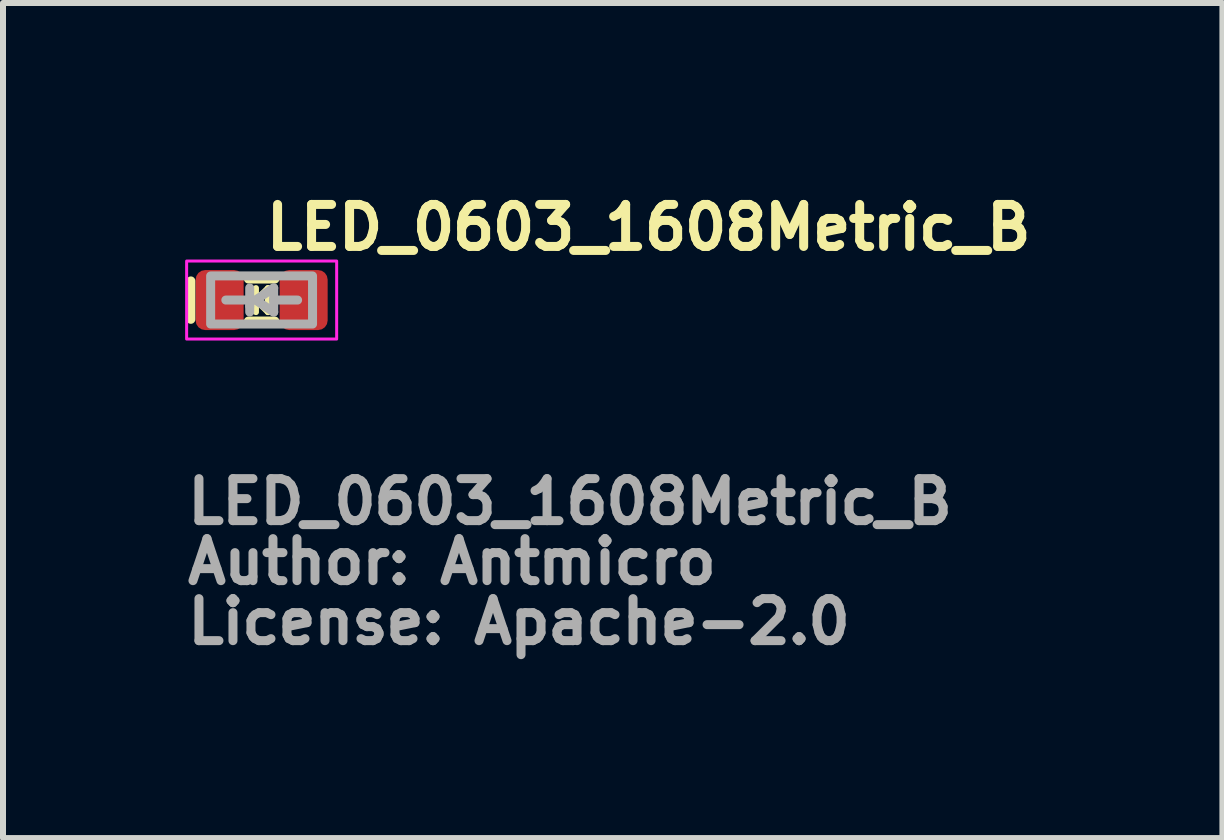
<source format=kicad_pcb>
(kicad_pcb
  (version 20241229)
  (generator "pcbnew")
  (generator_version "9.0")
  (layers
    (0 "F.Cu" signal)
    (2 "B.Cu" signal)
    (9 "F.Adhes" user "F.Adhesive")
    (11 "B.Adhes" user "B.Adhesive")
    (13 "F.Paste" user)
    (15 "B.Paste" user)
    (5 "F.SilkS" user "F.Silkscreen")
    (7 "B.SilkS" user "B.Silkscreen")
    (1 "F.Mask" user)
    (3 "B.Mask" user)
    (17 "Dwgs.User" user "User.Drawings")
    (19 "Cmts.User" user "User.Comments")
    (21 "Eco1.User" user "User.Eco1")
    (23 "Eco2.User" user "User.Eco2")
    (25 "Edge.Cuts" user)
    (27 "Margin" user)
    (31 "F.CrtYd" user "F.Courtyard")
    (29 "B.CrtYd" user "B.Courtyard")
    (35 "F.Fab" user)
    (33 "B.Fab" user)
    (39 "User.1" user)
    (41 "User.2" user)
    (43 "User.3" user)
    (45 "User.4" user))
  (footprint "LED_0603_1608Metric_B"
    (layer "F.Cu")
    (at 1.31 1.95)
    (property "Reference" "LED_0603_1608Metric_B" (at 0 -0.8 0) (layer "F.SilkS") (effects (font (size 0.7 0.7) (thickness 0.15)) (justify left bottom)))
    (attr smd)
    (fp_line (start -1.18 -0.319) (end -1.18 0.321) (stroke (width 0.15) (type solid)) (layer "F.SilkS"))
    (fp_line (start -0.095 0.001) (end -0.24 0.001) (stroke (width 0.1) (type solid)) (layer "F.SilkS"))
    (fp_line (start -0.095 0.001) (end 0.105 -0.199) (stroke (width 0.1) (type solid)) (layer "F.SilkS"))
    (fp_line (start -0.095 0.201) (end -0.095 -0.199) (stroke (width 0.1) (type solid)) (layer "F.SilkS"))
    (fp_line (start 0.105 0.001) (end 0.24 0.001) (stroke (width 0.1) (type solid)) (layer "F.SilkS"))
    (fp_line (start 0.105 0.201) (end -0.095 0.001) (stroke (width 0.1) (type solid)) (layer "F.SilkS"))
    (fp_line (start 0.105 0.201) (end 0.105 -0.199) (stroke (width 0.1) (type solid)) (layer "F.SilkS"))
    (fp_line (start 0.22 -0.35) (end -0.22 -0.35) (stroke (width 0.15) (type solid)) (layer "F.SilkS"))
    (fp_line (start 0.22 0.35) (end -0.22 0.35) (stroke (width 0.15) (type solid)) (layer "F.SilkS"))
    (fp_rect (start 1.25 0.65) (end -1.25 -0.65) (stroke (width 0.05) (type solid)) (fill no) (layer "F.CrtYd"))
    (fp_line (start -0.199 -0.202) (end -0.199 0.1) (stroke (width 0.15) (type solid)) (layer "F.Fab"))
    (fp_line (start -0.199 0) (end -0.597 0) (stroke (width 0.15) (type solid)) (layer "F.Fab"))
    (fp_line (start -0.199 0.2) (end -0.199 0.1) (stroke (width 0.15) (type solid)) (layer "F.Fab"))
    (fp_line (start -0.101 0) (end 0.201 0.2) (stroke (width 0.15) (type solid)) (layer "F.Fab"))
    (fp_line (start 0.201 -0.202) (end -0.101 0) (stroke (width 0.15) (type solid)) (layer "F.Fab"))
    (fp_line (start 0.201 0) (end 0.201 -0.202) (stroke (width 0.15) (type solid)) (layer "F.Fab"))
    (fp_line (start 0.201 0.2) (end 0.201 0) (stroke (width 0.15) (type solid)) (layer "F.Fab"))
    (fp_line (start 0.599 0) (end 0.201 0) (stroke (width 0.15) (type solid)) (layer "F.Fab"))
    (fp_rect (start 0.848 0.4) (end -0.85 -0.402) (stroke (width 0.15) (type solid)) (fill no) (layer "F.Fab"))
    (fp_rect (start -0.81 -0.4) (end 0.81 0.4) (stroke (width 0.1) (type solid)) (fill no) (layer "User.5"))
    (fp_line (start -0.812 -0.342) (end -0.812 -0.15) (stroke (width 0.02) (type solid)) (layer "User.9"))
    (fp_line (start -0.812 -0.15) (end -0.801 -0.151) (stroke (width 0.02) (type solid)) (layer "User.9"))
    (fp_line (start -0.812 0.148) (end -0.812 0.34) (stroke (width 0.02) (type solid)) (layer "User.9"))
    (fp_line (start -0.812 0.34) (end -0.58 0.34) (stroke (width 0.02) (type solid)) (layer "User.9"))
    (fp_line (start -0.806 0.148) (end -0.812 0.148) (stroke (width 0.02) (type solid)) (layer "User.9"))
    (fp_line (start -0.802 -0.402) (end -0.802 -0.342) (stroke (width 0.02) (type solid)) (layer "User.9"))
    (fp_line (start -0.802 0.34) (end -0.802 0.4) (stroke (width 0.02) (type solid)) (layer "User.9"))
    (fp_line (start -0.802 0.4) (end 0.8 0.4) (stroke (width 0.02) (type solid)) (layer "User.9"))
    (fp_line (start -0.801 -0.151) (end -0.791 -0.15) (stroke (width 0.02) (type solid)) (layer "User.9"))
    (fp_line (start -0.801 0.149) (end -0.806 0.148) (stroke (width 0.02) (type solid)) (layer "User.9"))
    (fp_line (start -0.796 0.148) (end -0.801 0.149) (stroke (width 0.02) (type solid)) (layer "User.9"))
    (fp_line (start -0.791 -0.15) (end -0.78 -0.149) (stroke (width 0.02) (type solid)) (layer "User.9"))
    (fp_line (start -0.791 0.148) (end -0.796 0.148) (stroke (width 0.02) (type solid)) (layer "User.9"))
    (fp_line (start -0.786 0.148) (end -0.791 0.148) (stroke (width 0.02) (type solid)) (layer "User.9"))
    (fp_line (start -0.782 -0.392) (end -0.782 -0.342) (stroke (width 0.02) (type solid)) (layer "User.9"))
    (fp_line (start -0.782 0.34) (end -0.782 0.39) (stroke (width 0.02) (type solid)) (layer "User.9"))
    (fp_line (start -0.782 0.39) (end -0.5 0.39) (stroke (width 0.02) (type solid)) (layer "User.9"))
    (fp_line (start -0.78 -0.149) (end -0.77 -0.147) (stroke (width 0.02) (type solid)) (layer "User.9"))
    (fp_line (start -0.78 0.147) (end -0.786 0.148) (stroke (width 0.02) (type solid)) (layer "User.9"))
    (fp_line (start -0.775 0.146) (end -0.78 0.147) (stroke (width 0.02) (type solid)) (layer "User.9"))
    (fp_line (start -0.77 -0.147) (end -0.76 -0.145) (stroke (width 0.02) (type solid)) (layer "User.9"))
    (fp_line (start -0.77 0.145) (end -0.775 0.146) (stroke (width 0.02) (type solid)) (layer "User.9"))
    (fp_line (start -0.764 0.144) (end -0.77 0.145) (stroke (width 0.02) (type solid)) (layer "User.9"))
    (fp_line (start -0.76 -0.145) (end -0.75 -0.143) (stroke (width 0.02) (type solid)) (layer "User.9"))
    (fp_line (start -0.76 0.144) (end -0.764 0.144) (stroke (width 0.02) (type solid)) (layer "User.9"))
    (fp_line (start -0.755 0.142) (end -0.76 0.144) (stroke (width 0.02) (type solid)) (layer "User.9"))
    (fp_line (start -0.75 -0.143) (end -0.74 -0.139) (stroke (width 0.02) (type solid)) (layer "User.9"))
    (fp_line (start -0.75 0.141) (end -0.755 0.142) (stroke (width 0.02) (type solid)) (layer "User.9"))
    (fp_line (start -0.745 0.139) (end -0.75 0.141) (stroke (width 0.02) (type solid)) (layer "User.9"))
    (fp_line (start -0.74 -0.139) (end -0.731 -0.135) (stroke (width 0.02) (type solid)) (layer "User.9"))
    (fp_line (start -0.74 0.137) (end -0.745 0.139) (stroke (width 0.02) (type solid)) (layer "User.9"))
    (fp_line (start -0.736 0.135) (end -0.74 0.137) (stroke (width 0.02) (type solid)) (layer "User.9"))
    (fp_line (start -0.731 -0.135) (end -0.723 -0.13) (stroke (width 0.02) (type solid)) (layer "User.9"))
    (fp_line (start -0.731 0.133) (end -0.736 0.135) (stroke (width 0.02) (type solid)) (layer "User.9"))
    (fp_line (start -0.727 0.13) (end -0.731 0.133) (stroke (width 0.02) (type solid)) (layer "User.9"))
    (fp_line (start -0.723 -0.13) (end -0.714 -0.123) (stroke (width 0.02) (type solid)) (layer "User.9"))
    (fp_line (start -0.723 0.128) (end -0.727 0.13) (stroke (width 0.02) (type solid)) (layer "User.9"))
    (fp_line (start -0.718 0.124) (end -0.723 0.128) (stroke (width 0.02) (type solid)) (layer "User.9"))
    (fp_line (start -0.714 -0.123) (end -0.706 -0.118) (stroke (width 0.02) (type solid)) (layer "User.9"))
    (fp_line (start -0.714 0.121) (end -0.718 0.124) (stroke (width 0.02) (type solid)) (layer "User.9"))
    (fp_line (start -0.71 0.119) (end -0.714 0.121) (stroke (width 0.02) (type solid)) (layer "User.9"))
    (fp_line (start -0.706 -0.118) (end -0.699 -0.11) (stroke (width 0.02) (type solid)) (layer "User.9"))
    (fp_line (start -0.706 0.116) (end -0.71 0.119) (stroke (width 0.02) (type solid)) (layer "User.9"))
    (fp_line (start -0.703 0.113) (end -0.706 0.116) (stroke (width 0.02) (type solid)) (layer "User.9"))
    (fp_line (start -0.699 -0.11) (end -0.692 -0.104) (stroke (width 0.02) (type solid)) (layer "User.9"))
    (fp_line (start -0.699 0.108) (end -0.703 0.113) (stroke (width 0.02) (type solid)) (layer "User.9"))
    (fp_line (start -0.696 0.105) (end -0.699 0.108) (stroke (width 0.02) (type solid)) (layer "User.9"))
    (fp_line (start -0.692 -0.104) (end -0.685 -0.095) (stroke (width 0.02) (type solid)) (layer "User.9"))
    (fp_line (start -0.692 0.102) (end -0.696 0.105) (stroke (width 0.02) (type solid)) (layer "User.9"))
    (fp_line (start -0.689 0.098) (end -0.692 0.102) (stroke (width 0.02) (type solid)) (layer "User.9"))
    (fp_line (start -0.685 -0.095) (end -0.679 -0.088) (stroke (width 0.02) (type solid)) (layer "User.9"))
    (fp_line (start -0.685 0.093) (end -0.689 0.098) (stroke (width 0.02) (type solid)) (layer "User.9"))
    (fp_line (start -0.682 0.089) (end -0.685 0.093) (stroke (width 0.02) (type solid)) (layer "User.9"))
    (fp_line (start -0.679 -0.088) (end -0.673 -0.078) (stroke (width 0.02) (type solid)) (layer "User.9"))
    (fp_line (start -0.679 0.086) (end -0.682 0.089) (stroke (width 0.02) (type solid)) (layer "User.9"))
    (fp_line (start -0.676 0.082) (end -0.679 0.086) (stroke (width 0.02) (type solid)) (layer "User.9"))
    (fp_line (start -0.673 -0.078) (end -0.673 -0.078) (stroke (width 0.02) (type solid)) (layer "User.9"))
    (fp_line (start -0.673 -0.078) (end -0.668 -0.07) (stroke (width 0.02) (type solid)) (layer "User.9"))
    (fp_line (start -0.673 0.076) (end -0.676 0.082) (stroke (width 0.02) (type solid)) (layer "User.9"))
    (fp_line (start -0.673 0.076) (end -0.673 0.076) (stroke (width 0.02) (type solid)) (layer "User.9"))
    (fp_line (start -0.668 -0.07) (end -0.664 -0.06) (stroke (width 0.02) (type solid)) (layer "User.9"))
    (fp_line (start -0.668 0.068) (end -0.673 0.076) (stroke (width 0.02) (type solid)) (layer "User.9"))
    (fp_line (start -0.664 -0.06) (end -0.66 -0.051) (stroke (width 0.02) (type solid)) (layer "User.9"))
    (fp_line (start -0.664 0.059) (end -0.668 0.068) (stroke (width 0.02) (type solid)) (layer "User.9"))
    (fp_line (start -0.66 -0.051) (end -0.657 -0.042) (stroke (width 0.02) (type solid)) (layer "User.9"))
    (fp_line (start -0.66 0.049) (end -0.664 0.059) (stroke (width 0.02) (type solid)) (layer "User.9"))
    (fp_line (start -0.657 -0.042) (end -0.655 -0.031) (stroke (width 0.02) (type solid)) (layer "User.9"))
    (fp_line (start -0.657 0.04) (end -0.66 0.049) (stroke (width 0.02) (type solid)) (layer "User.9"))
    (fp_line (start -0.655 -0.031) (end -0.653 -0.022) (stroke (width 0.02) (type solid)) (layer "User.9"))
    (fp_line (start -0.655 0.029) (end -0.657 0.04) (stroke (width 0.02) (type solid)) (layer "User.9"))
    (fp_line (start -0.653 -0.022) (end -0.652 -0.011) (stroke (width 0.02) (type solid)) (layer "User.9"))
    (fp_line (start -0.653 0.02) (end -0.655 0.029) (stroke (width 0.02) (type solid)) (layer "User.9"))
    (fp_line (start -0.652 -0.011) (end -0.651 0) (stroke (width 0.02) (type solid)) (layer "User.9"))
    (fp_line (start -0.652 0.01) (end -0.653 0.02) (stroke (width 0.02) (type solid)) (layer "User.9"))
    (fp_line (start -0.651 0) (end -0.652 0.01) (stroke (width 0.02) (type solid)) (layer "User.9"))
    (fp_line (start -0.6 -0.308) (end -0.599 -0.311) (stroke (width 0.02) (type solid)) (layer "User.9"))
    (fp_line (start -0.6 -0.306) (end -0.6 -0.308) (stroke (width 0.02) (type solid)) (layer "User.9"))
    (fp_line (start -0.6 -0.303) (end -0.6 -0.306) (stroke (width 0.02) (type solid)) (layer "User.9"))
    (fp_line (start -0.6 -0.3) (end -0.6 -0.303) (stroke (width 0.02) (type solid)) (layer "User.9"))
    (fp_line (start -0.6 -0.3) (end -0.6 0.298) (stroke (width 0.02) (type solid)) (layer "User.9"))
    (fp_line (start -0.6 0.301) (end -0.6 0.298) (stroke (width 0.02) (type solid)) (layer "User.9"))
    (fp_line (start -0.6 0.304) (end -0.6 0.301) (stroke (width 0.02) (type solid)) (layer "User.9"))
    (fp_line (start -0.6 0.306) (end -0.6 0.304) (stroke (width 0.02) (type solid)) (layer "User.9"))
    (fp_line (start -0.599 -0.313) (end -0.598 -0.315) (stroke (width 0.02) (type solid)) (layer "User.9"))
    (fp_line (start -0.599 -0.311) (end -0.599 -0.313) (stroke (width 0.02) (type solid)) (layer "User.9"))
    (fp_line (start -0.599 0.309) (end -0.6 0.306) (stroke (width 0.02) (type solid)) (layer "User.9"))
    (fp_line (start -0.599 0.311) (end -0.599 0.309) (stroke (width 0.02) (type solid)) (layer "User.9"))
    (fp_line (start -0.598 -0.315) (end -0.597 -0.318) (stroke (width 0.02) (type solid)) (layer "User.9"))
    (fp_line (start -0.598 0.313) (end -0.599 0.311) (stroke (width 0.02) (type solid)) (layer "User.9"))
    (fp_line (start -0.597 -0.32) (end -0.596 -0.323) (stroke (width 0.02) (type solid)) (layer "User.9"))
    (fp_line (start -0.597 -0.318) (end -0.597 -0.32) (stroke (width 0.02) (type solid)) (layer "User.9"))
    (fp_line (start -0.597 0.316) (end -0.598 0.313) (stroke (width 0.02) (type solid)) (layer "User.9"))
    (fp_line (start -0.597 0.318) (end -0.597 0.316) (stroke (width 0.02) (type solid)) (layer "User.9"))
    (fp_line (start -0.596 -0.323) (end -0.594 -0.325) (stroke (width 0.02) (type solid)) (layer "User.9"))
    (fp_line (start -0.596 0.321) (end -0.597 0.318) (stroke (width 0.02) (type solid)) (layer "User.9"))
    (fp_line (start -0.594 -0.325) (end -0.593 -0.327) (stroke (width 0.02) (type solid)) (layer "User.9"))
    (fp_line (start -0.594 0.323) (end -0.596 0.321) (stroke (width 0.02) (type solid)) (layer "User.9"))
    (fp_line (start -0.593 -0.327) (end -0.592 -0.329) (stroke (width 0.02) (type solid)) (layer "User.9"))
    (fp_line (start -0.593 0.325) (end -0.594 0.323) (stroke (width 0.02) (type solid)) (layer "User.9"))
    (fp_line (start -0.592 -0.329) (end -0.591 -0.331) (stroke (width 0.02) (type solid)) (layer "User.9"))
    (fp_line (start -0.592 0.327) (end -0.593 0.325) (stroke (width 0.02) (type solid)) (layer "User.9"))
    (fp_line (start -0.591 -0.331) (end -0.589 -0.333) (stroke (width 0.02) (type solid)) (layer "User.9"))
    (fp_line (start -0.591 0.329) (end -0.592 0.327) (stroke (width 0.02) (type solid)) (layer "User.9"))
    (fp_line (start -0.589 -0.333) (end -0.588 -0.335) (stroke (width 0.02) (type solid)) (layer "User.9"))
    (fp_line (start -0.589 0.331) (end -0.591 0.329) (stroke (width 0.02) (type solid)) (layer "User.9"))
    (fp_line (start -0.588 -0.335) (end -0.586 -0.337) (stroke (width 0.02) (type solid)) (layer "User.9"))
    (fp_line (start -0.588 0.333) (end -0.589 0.331) (stroke (width 0.02) (type solid)) (layer "User.9"))
    (fp_line (start -0.586 -0.337) (end -0.584 -0.339) (stroke (width 0.02) (type solid)) (layer "User.9"))
    (fp_line (start -0.586 0.335) (end -0.588 0.333) (stroke (width 0.02) (type solid)) (layer "User.9"))
    (fp_line (start -0.584 -0.339) (end -0.582 -0.34) (stroke (width 0.02) (type solid)) (layer "User.9"))
    (fp_line (start -0.584 0.337) (end -0.586 0.335) (stroke (width 0.02) (type solid)) (layer "User.9"))
    (fp_line (start -0.582 -0.34) (end -0.58 -0.342) (stroke (width 0.02) (type solid)) (layer "User.9"))
    (fp_line (start -0.582 0.338) (end -0.584 0.337) (stroke (width 0.02) (type solid)) (layer "User.9"))
    (fp_line (start -0.58 -0.342) (end -0.812 -0.342) (stroke (width 0.02) (type solid)) (layer "User.9"))
    (fp_line (start -0.58 -0.342) (end -0.578 -0.343) (stroke (width 0.02) (type solid)) (layer "User.9"))
    (fp_line (start -0.58 0.34) (end -0.582 0.338) (stroke (width 0.02) (type solid)) (layer "User.9"))
    (fp_line (start -0.578 -0.343) (end -0.577 -0.344) (stroke (width 0.02) (type solid)) (layer "User.9"))
    (fp_line (start -0.578 0.341) (end -0.58 0.34) (stroke (width 0.02) (type solid)) (layer "User.9"))
    (fp_line (start -0.577 -0.344) (end -0.575 -0.345) (stroke (width 0.02) (type solid)) (layer "User.9"))
    (fp_line (start -0.577 0.342) (end -0.578 0.341) (stroke (width 0.02) (type solid)) (layer "User.9"))
    (fp_line (start -0.575 -0.345) (end -0.573 -0.347) (stroke (width 0.02) (type solid)) (layer "User.9"))
    (fp_line (start -0.575 0.343) (end -0.577 0.342) (stroke (width 0.02) (type solid)) (layer "User.9"))
    (fp_line (start -0.573 -0.347) (end -0.571 -0.348) (stroke (width 0.02) (type solid)) (layer "User.9"))
    (fp_line (start -0.573 0.345) (end -0.575 0.343) (stroke (width 0.02) (type solid)) (layer "User.9"))
    (fp_line (start -0.571 -0.348) (end -0.569 -0.348) (stroke (width 0.02) (type solid)) (layer "User.9"))
    (fp_line (start -0.571 0.346) (end -0.573 0.345) (stroke (width 0.02) (type solid)) (layer "User.9"))
    (fp_line (start -0.569 -0.348) (end -0.566 -0.349) (stroke (width 0.02) (type solid)) (layer "User.9"))
    (fp_line (start -0.569 0.346) (end -0.571 0.346) (stroke (width 0.02) (type solid)) (layer "User.9"))
    (fp_line (start -0.566 -0.349) (end -0.564 -0.35) (stroke (width 0.02) (type solid)) (layer "User.9"))
    (fp_line (start -0.566 0.347) (end -0.569 0.346) (stroke (width 0.02) (type solid)) (layer "User.9"))
    (fp_line (start -0.564 -0.35) (end -0.562 -0.35) (stroke (width 0.02) (type solid)) (layer "User.9"))
    (fp_line (start -0.564 0.348) (end -0.566 0.347) (stroke (width 0.02) (type solid)) (layer "User.9"))
    (fp_line (start -0.562 -0.35) (end -0.559 -0.351) (stroke (width 0.02) (type solid)) (layer "User.9"))
    (fp_line (start -0.562 0.348) (end -0.564 0.348) (stroke (width 0.02) (type solid)) (layer "User.9"))
    (fp_line (start -0.559 -0.351) (end -0.557 -0.351) (stroke (width 0.02) (type solid)) (layer "User.9"))
    (fp_line (start -0.559 0.349) (end -0.562 0.348) (stroke (width 0.02) (type solid)) (layer "User.9"))
    (fp_line (start -0.557 -0.351) (end -0.554 -0.351) (stroke (width 0.02) (type solid)) (layer "User.9"))
    (fp_line (start -0.557 0.349) (end -0.559 0.349) (stroke (width 0.02) (type solid)) (layer "User.9"))
    (fp_line (start -0.554 -0.351) (end -0.552 -0.351) (stroke (width 0.02) (type solid)) (layer "User.9"))
    (fp_line (start -0.554 0.349) (end -0.557 0.349) (stroke (width 0.02) (type solid)) (layer "User.9"))
    (fp_line (start -0.552 0.349) (end -0.554 0.349) (stroke (width 0.02) (type solid)) (layer "User.9"))
    (fp_line (start -0.552 0.349) (end 0.55 0.349) (stroke (width 0.02) (type solid)) (layer "User.9"))
    (fp_line (start -0.5 -0.392) (end -0.782 -0.392) (stroke (width 0.02) (type solid)) (layer "User.9"))
    (fp_line (start -0.5 -0.351) (end -0.5 -0.392) (stroke (width 0.02) (type solid)) (layer "User.9"))
    (fp_line (start -0.5 0.39) (end -0.5 0.349) (stroke (width 0.02) (type solid)) (layer "User.9"))
    (fp_line (start 0.55 -0.351) (end -0.552 -0.351) (stroke (width 0.02) (type solid)) (layer "User.9"))
    (fp_line (start 0.55 -0.351) (end 0.552 -0.351) (stroke (width 0.02) (type solid)) (layer "User.9"))
    (fp_line (start 0.552 -0.351) (end 0.555 -0.351) (stroke (width 0.02) (type solid)) (layer "User.9"))
    (fp_line (start 0.552 0.349) (end 0.55 0.349) (stroke (width 0.02) (type solid)) (layer "User.9"))
    (fp_line (start 0.555 -0.351) (end 0.557 -0.351) (stroke (width 0.02) (type solid)) (layer "User.9"))
    (fp_line (start 0.555 0.349) (end 0.552 0.349) (stroke (width 0.02) (type solid)) (layer "User.9"))
    (fp_line (start 0.557 -0.351) (end 0.56 -0.35) (stroke (width 0.02) (type solid)) (layer "User.9"))
    (fp_line (start 0.557 0.349) (end 0.555 0.349) (stroke (width 0.02) (type solid)) (layer "User.9"))
    (fp_line (start 0.56 -0.35) (end 0.562 -0.35) (stroke (width 0.02) (type solid)) (layer "User.9"))
    (fp_line (start 0.56 0.348) (end 0.557 0.349) (stroke (width 0.02) (type solid)) (layer "User.9"))
    (fp_line (start 0.562 -0.35) (end 0.564 -0.349) (stroke (width 0.02) (type solid)) (layer "User.9"))
    (fp_line (start 0.562 0.348) (end 0.56 0.348) (stroke (width 0.02) (type solid)) (layer "User.9"))
    (fp_line (start 0.564 -0.349) (end 0.567 -0.348) (stroke (width 0.02) (type solid)) (layer "User.9"))
    (fp_line (start 0.564 0.347) (end 0.562 0.348) (stroke (width 0.02) (type solid)) (layer "User.9"))
    (fp_line (start 0.567 -0.348) (end 0.569 -0.348) (stroke (width 0.02) (type solid)) (layer "User.9"))
    (fp_line (start 0.567 0.346) (end 0.564 0.347) (stroke (width 0.02) (type solid)) (layer "User.9"))
    (fp_line (start 0.569 -0.348) (end 0.571 -0.347) (stroke (width 0.02) (type solid)) (layer "User.9"))
    (fp_line (start 0.569 0.346) (end 0.567 0.346) (stroke (width 0.02) (type solid)) (layer "User.9"))
    (fp_line (start 0.571 -0.347) (end 0.573 -0.345) (stroke (width 0.02) (type solid)) (layer "User.9"))
    (fp_line (start 0.571 0.345) (end 0.569 0.346) (stroke (width 0.02) (type solid)) (layer "User.9"))
    (fp_line (start 0.573 -0.345) (end 0.575 -0.344) (stroke (width 0.02) (type solid)) (layer "User.9"))
    (fp_line (start 0.573 0.343) (end 0.571 0.345) (stroke (width 0.02) (type solid)) (layer "User.9"))
    (fp_line (start 0.575 -0.344) (end 0.576 -0.343) (stroke (width 0.02) (type solid)) (layer "User.9"))
    (fp_line (start 0.575 0.342) (end 0.573 0.343) (stroke (width 0.02) (type solid)) (layer "User.9"))
    (fp_line (start 0.576 -0.343) (end 0.578 -0.342) (stroke (width 0.02) (type solid)) (layer "User.9"))
    (fp_line (start 0.576 0.341) (end 0.575 0.342) (stroke (width 0.02) (type solid)) (layer "User.9"))
    (fp_line (start 0.578 -0.342) (end 0.58 -0.34) (stroke (width 0.02) (type solid)) (layer "User.9"))
    (fp_line (start 0.578 0.34) (end 0.576 0.341) (stroke (width 0.02) (type solid)) (layer "User.9"))
    (fp_line (start 0.578 0.34) (end 0.81 0.34) (stroke (width 0.02) (type solid)) (layer "User.9"))
    (fp_line (start 0.58 -0.34) (end 0.582 -0.339) (stroke (width 0.02) (type solid)) (layer "User.9"))
    (fp_line (start 0.58 0.338) (end 0.578 0.34) (stroke (width 0.02) (type solid)) (layer "User.9"))
    (fp_line (start 0.582 -0.339) (end 0.584 -0.337) (stroke (width 0.02) (type solid)) (layer "User.9"))
    (fp_line (start 0.582 0.337) (end 0.58 0.338) (stroke (width 0.02) (type solid)) (layer "User.9"))
    (fp_line (start 0.584 -0.337) (end 0.586 -0.335) (stroke (width 0.02) (type solid)) (layer "User.9"))
    (fp_line (start 0.584 0.335) (end 0.582 0.337) (stroke (width 0.02) (type solid)) (layer "User.9"))
    (fp_line (start 0.586 -0.335) (end 0.587 -0.333) (stroke (width 0.02) (type solid)) (layer "User.9"))
    (fp_line (start 0.586 0.333) (end 0.584 0.335) (stroke (width 0.02) (type solid)) (layer "User.9"))
    (fp_line (start 0.587 -0.333) (end 0.589 -0.331) (stroke (width 0.02) (type solid)) (layer "User.9"))
    (fp_line (start 0.587 0.331) (end 0.586 0.333) (stroke (width 0.02) (type solid)) (layer "User.9"))
    (fp_line (start 0.589 -0.331) (end 0.59 -0.329) (stroke (width 0.02) (type solid)) (layer "User.9"))
    (fp_line (start 0.589 0.329) (end 0.587 0.331) (stroke (width 0.02) (type solid)) (layer "User.9"))
    (fp_line (start 0.59 -0.329) (end 0.591 -0.327) (stroke (width 0.02) (type solid)) (layer "User.9"))
    (fp_line (start 0.59 0.327) (end 0.589 0.329) (stroke (width 0.02) (type solid)) (layer "User.9"))
    (fp_line (start 0.591 -0.327) (end 0.592 -0.325) (stroke (width 0.02) (type solid)) (layer "User.9"))
    (fp_line (start 0.591 0.325) (end 0.59 0.327) (stroke (width 0.02) (type solid)) (layer "User.9"))
    (fp_line (start 0.592 -0.325) (end 0.594 -0.323) (stroke (width 0.02) (type solid)) (layer "User.9"))
    (fp_line (start 0.592 0.323) (end 0.591 0.325) (stroke (width 0.02) (type solid)) (layer "User.9"))
    (fp_line (start 0.594 -0.323) (end 0.595 -0.32) (stroke (width 0.02) (type solid)) (layer "User.9"))
    (fp_line (start 0.594 0.321) (end 0.592 0.323) (stroke (width 0.02) (type solid)) (layer "User.9"))
    (fp_line (start 0.595 -0.32) (end 0.595 -0.318) (stroke (width 0.02) (type solid)) (layer "User.9"))
    (fp_line (start 0.595 -0.318) (end 0.596 -0.315) (stroke (width 0.02) (type solid)) (layer "User.9"))
    (fp_line (start 0.595 0.316) (end 0.595 0.318) (stroke (width 0.02) (type solid)) (layer "User.9"))
    (fp_line (start 0.595 0.318) (end 0.594 0.321) (stroke (width 0.02) (type solid)) (layer "User.9"))
    (fp_line (start 0.596 -0.315) (end 0.597 -0.313) (stroke (width 0.02) (type solid)) (layer "User.9"))
    (fp_line (start 0.596 0.313) (end 0.595 0.316) (stroke (width 0.02) (type solid)) (layer "User.9"))
    (fp_line (start 0.597 -0.313) (end 0.597 -0.311) (stroke (width 0.02) (type solid)) (layer "User.9"))
    (fp_line (start 0.597 -0.311) (end 0.598 -0.308) (stroke (width 0.02) (type solid)) (layer "User.9"))
    (fp_line (start 0.597 0.309) (end 0.597 0.311) (stroke (width 0.02) (type solid)) (layer "User.9"))
    (fp_line (start 0.597 0.311) (end 0.596 0.313) (stroke (width 0.02) (type solid)) (layer "User.9"))
    (fp_line (start 0.598 -0.308) (end 0.598 -0.306) (stroke (width 0.02) (type solid)) (layer "User.9"))
    (fp_line (start 0.598 -0.306) (end 0.598 -0.303) (stroke (width 0.02) (type solid)) (layer "User.9"))
    (fp_line (start 0.598 -0.303) (end 0.598 -0.3) (stroke (width 0.02) (type solid)) (layer "User.9"))
    (fp_line (start 0.598 0.298) (end 0.598 -0.3) (stroke (width 0.02) (type solid)) (layer "User.9"))
    (fp_line (start 0.598 0.298) (end 0.598 0.301) (stroke (width 0.02) (type solid)) (layer "User.9"))
    (fp_line (start 0.598 0.301) (end 0.598 0.304) (stroke (width 0.02) (type solid)) (layer "User.9"))
    (fp_line (start 0.598 0.304) (end 0.598 0.306) (stroke (width 0.02) (type solid)) (layer "User.9"))
    (fp_line (start 0.598 0.306) (end 0.597 0.309) (stroke (width 0.02) (type solid)) (layer "User.9"))
    (fp_line (start 0.65 -0.016) (end 0.651 -0.024) (stroke (width 0.02) (type solid)) (layer "User.9"))
    (fp_line (start 0.65 -0.008) (end 0.65 -0.016) (stroke (width 0.02) (type solid)) (layer "User.9"))
    (fp_line (start 0.65 0) (end 0.65 -0.008) (stroke (width 0.02) (type solid)) (layer "User.9"))
    (fp_line (start 0.65 0.007) (end 0.65 0) (stroke (width 0.02) (type solid)) (layer "User.9"))
    (fp_line (start 0.65 0.014) (end 0.65 0.007) (stroke (width 0.02) (type solid)) (layer "User.9"))
    (fp_line (start 0.651 -0.024) (end 0.653 -0.031) (stroke (width 0.02) (type solid)) (layer "User.9"))
    (fp_line (start 0.651 0.022) (end 0.65 0.014) (stroke (width 0.02) (type solid)) (layer "User.9"))
    (fp_line (start 0.653 -0.031) (end 0.654 -0.039) (stroke (width 0.02) (type solid)) (layer "User.9"))
    (fp_line (start 0.653 0.029) (end 0.651 0.022) (stroke (width 0.02) (type solid)) (layer "User.9"))
    (fp_line (start 0.654 -0.039) (end 0.657 -0.046) (stroke (width 0.02) (type solid)) (layer "User.9"))
    (fp_line (start 0.654 0.037) (end 0.653 0.029) (stroke (width 0.02) (type solid)) (layer "User.9"))
    (fp_line (start 0.657 -0.046) (end 0.659 -0.053) (stroke (width 0.02) (type solid)) (layer "User.9"))
    (fp_line (start 0.657 0.044) (end 0.654 0.037) (stroke (width 0.02) (type solid)) (layer "User.9"))
    (fp_line (start 0.659 -0.053) (end 0.662 -0.06) (stroke (width 0.02) (type solid)) (layer "User.9"))
    (fp_line (start 0.659 0.052) (end 0.657 0.044) (stroke (width 0.02) (type solid)) (layer "User.9"))
    (fp_line (start 0.662 -0.06) (end 0.665 -0.068) (stroke (width 0.02) (type solid)) (layer "User.9"))
    (fp_line (start 0.662 0.059) (end 0.659 0.052) (stroke (width 0.02) (type solid)) (layer "User.9"))
    (fp_line (start 0.665 -0.068) (end 0.669 -0.074) (stroke (width 0.02) (type solid)) (layer "User.9"))
    (fp_line (start 0.665 0.066) (end 0.662 0.059) (stroke (width 0.02) (type solid)) (layer "User.9"))
    (fp_line (start 0.669 -0.074) (end 0.673 -0.08) (stroke (width 0.02) (type solid)) (layer "User.9"))
    (fp_line (start 0.669 0.072) (end 0.665 0.066) (stroke (width 0.02) (type solid)) (layer "User.9"))
    (fp_line (start 0.673 -0.08) (end 0.677 -0.088) (stroke (width 0.02) (type solid)) (layer "User.9"))
    (fp_line (start 0.673 0.078) (end 0.669 0.072) (stroke (width 0.02) (type solid)) (layer "User.9"))
    (fp_line (start 0.677 -0.088) (end 0.681 -0.093) (stroke (width 0.02) (type solid)) (layer "User.9"))
    (fp_line (start 0.677 0.086) (end 0.673 0.078) (stroke (width 0.02) (type solid)) (layer "User.9"))
    (fp_line (start 0.681 -0.093) (end 0.686 -0.1) (stroke (width 0.02) (type solid)) (layer "User.9"))
    (fp_line (start 0.681 0.091) (end 0.677 0.086) (stroke (width 0.02) (type solid)) (layer "User.9"))
    (fp_line (start 0.686 -0.1) (end 0.691 -0.105) (stroke (width 0.02) (type solid)) (layer "User.9"))
    (fp_line (start 0.686 0.098) (end 0.681 0.091) (stroke (width 0.02) (type solid)) (layer "User.9"))
    (fp_line (start 0.691 -0.105) (end 0.697 -0.11) (stroke (width 0.02) (type solid)) (layer "User.9"))
    (fp_line (start 0.691 0.104) (end 0.686 0.098) (stroke (width 0.02) (type solid)) (layer "User.9"))
    (fp_line (start 0.697 -0.11) (end 0.697 -0.11) (stroke (width 0.02) (type solid)) (layer "User.9"))
    (fp_line (start 0.697 -0.11) (end 0.703 -0.116) (stroke (width 0.02) (type solid)) (layer "User.9"))
    (fp_line (start 0.697 0.108) (end 0.691 0.104) (stroke (width 0.02) (type solid)) (layer "User.9"))
    (fp_line (start 0.697 0.108) (end 0.697 0.108) (stroke (width 0.02) (type solid)) (layer "User.9"))
    (fp_line (start 0.703 -0.116) (end 0.708 -0.12) (stroke (width 0.02) (type solid)) (layer "User.9"))
    (fp_line (start 0.703 0.114) (end 0.697 0.108) (stroke (width 0.02) (type solid)) (layer "User.9"))
    (fp_line (start 0.708 -0.12) (end 0.714 -0.125) (stroke (width 0.02) (type solid)) (layer "User.9"))
    (fp_line (start 0.708 0.119) (end 0.703 0.114) (stroke (width 0.02) (type solid)) (layer "User.9"))
    (fp_line (start 0.714 -0.125) (end 0.721 -0.13) (stroke (width 0.02) (type solid)) (layer "User.9"))
    (fp_line (start 0.714 0.123) (end 0.708 0.119) (stroke (width 0.02) (type solid)) (layer "User.9"))
    (fp_line (start 0.721 -0.13) (end 0.727 -0.133) (stroke (width 0.02) (type solid)) (layer "User.9"))
    (fp_line (start 0.721 0.128) (end 0.714 0.123) (stroke (width 0.02) (type solid)) (layer "User.9"))
    (fp_line (start 0.727 -0.133) (end 0.734 -0.137) (stroke (width 0.02) (type solid)) (layer "User.9"))
    (fp_line (start 0.727 0.131) (end 0.721 0.128) (stroke (width 0.02) (type solid)) (layer "User.9"))
    (fp_line (start 0.734 -0.137) (end 0.741 -0.14) (stroke (width 0.02) (type solid)) (layer "User.9"))
    (fp_line (start 0.734 0.135) (end 0.727 0.131) (stroke (width 0.02) (type solid)) (layer "User.9"))
    (fp_line (start 0.741 -0.14) (end 0.748 -0.143) (stroke (width 0.02) (type solid)) (layer "User.9"))
    (fp_line (start 0.741 0.138) (end 0.734 0.135) (stroke (width 0.02) (type solid)) (layer "User.9"))
    (fp_line (start 0.748 -0.143) (end 0.755 -0.145) (stroke (width 0.02) (type solid)) (layer "User.9"))
    (fp_line (start 0.748 0.141) (end 0.741 0.138) (stroke (width 0.02) (type solid)) (layer "User.9"))
    (fp_line (start 0.755 -0.145) (end 0.763 -0.146) (stroke (width 0.02) (type solid)) (layer "User.9"))
    (fp_line (start 0.755 0.143) (end 0.748 0.141) (stroke (width 0.02) (type solid)) (layer "User.9"))
    (fp_line (start 0.763 -0.146) (end 0.771 -0.148) (stroke (width 0.02) (type solid)) (layer "User.9"))
    (fp_line (start 0.763 0.144) (end 0.755 0.143) (stroke (width 0.02) (type solid)) (layer "User.9"))
    (fp_line (start 0.771 -0.148) (end 0.779 -0.149) (stroke (width 0.02) (type solid)) (layer "User.9"))
    (fp_line (start 0.771 0.146) (end 0.763 0.144) (stroke (width 0.02) (type solid)) (layer "User.9"))
    (fp_line (start 0.779 -0.149) (end 0.786 -0.15) (stroke (width 0.02) (type solid)) (layer "User.9"))
    (fp_line (start 0.779 0.147) (end 0.771 0.146) (stroke (width 0.02) (type solid)) (layer "User.9"))
    (fp_line (start 0.786 -0.15) (end 0.794 -0.15) (stroke (width 0.02) (type solid)) (layer "User.9"))
    (fp_line (start 0.786 0.148) (end 0.779 0.147) (stroke (width 0.02) (type solid)) (layer "User.9"))
    (fp_line (start 0.794 -0.15) (end 0.802 -0.15) (stroke (width 0.02) (type solid)) (layer "User.9"))
    (fp_line (start 0.794 0.148) (end 0.786 0.148) (stroke (width 0.02) (type solid)) (layer "User.9"))
    (fp_line (start 0.8 -0.402) (end -0.802 -0.402) (stroke (width 0.02) (type solid)) (layer "User.9"))
    (fp_line (start 0.8 -0.342) (end 0.8 -0.402) (stroke (width 0.02) (type solid)) (layer "User.9"))
    (fp_line (start 0.8 0.4) (end 0.8 0.34) (stroke (width 0.02) (type solid)) (layer "User.9"))
    (fp_line (start 0.802 -0.15) (end 0.81 -0.15) (stroke (width 0.02) (type solid)) (layer "User.9"))
    (fp_line (start 0.802 0.148) (end 0.794 0.148) (stroke (width 0.02) (type solid)) (layer "User.9"))
    (fp_line (start 0.81 -0.342) (end 0.578 -0.342) (stroke (width 0.02) (type solid)) (layer "User.9"))
    (fp_line (start 0.81 -0.15) (end 0.81 -0.342) (stroke (width 0.02) (type solid)) (layer "User.9"))
    (fp_line (start 0.81 0.148) (end 0.802 0.148) (stroke (width 0.02) (type solid)) (layer "User.9"))
    (fp_line (start 0.81 0.34) (end 0.81 0.148) (stroke (width 0.02) (type solid)) (layer "User.9"))
    (fp_text user "Author: Antmicro" (at -1.31 4.769 0) (layer "F.Fab") (effects (font (size 0.7 0.7) (thickness 0.15)) (justify left bottom)))
    (fp_text user "License: Apache-2.0" (at -1.31 5.769 0) (layer "F.Fab") (effects (font (size 0.7 0.7) (thickness 0.15)) (justify left bottom)))
    (fp_text user "${REFERENCE}" (at -1.31 3.769 0) (layer "F.Fab") (effects (font (size 0.7 0.7) (thickness 0.15)) (justify left bottom)))
    (pad "1" smd roundrect (at -0.7 0 180) (size 0.8 1) (layers "F.Cu" "F.Mask" "F.Paste") (roundrect_rratio 0.2))
    (pad "2" smd roundrect (at 0.7 0 180) (size 0.8 1) (layers "F.Cu" "F.Mask" "F.Paste") (roundrect_rratio 0.2)))
  (gr_rect
    (start -3 -3)
    (end 17.32 10.915)
    (stroke (width 0.1) (type default))
    (fill no)
    (layer "Edge.Cuts")))
</source>
